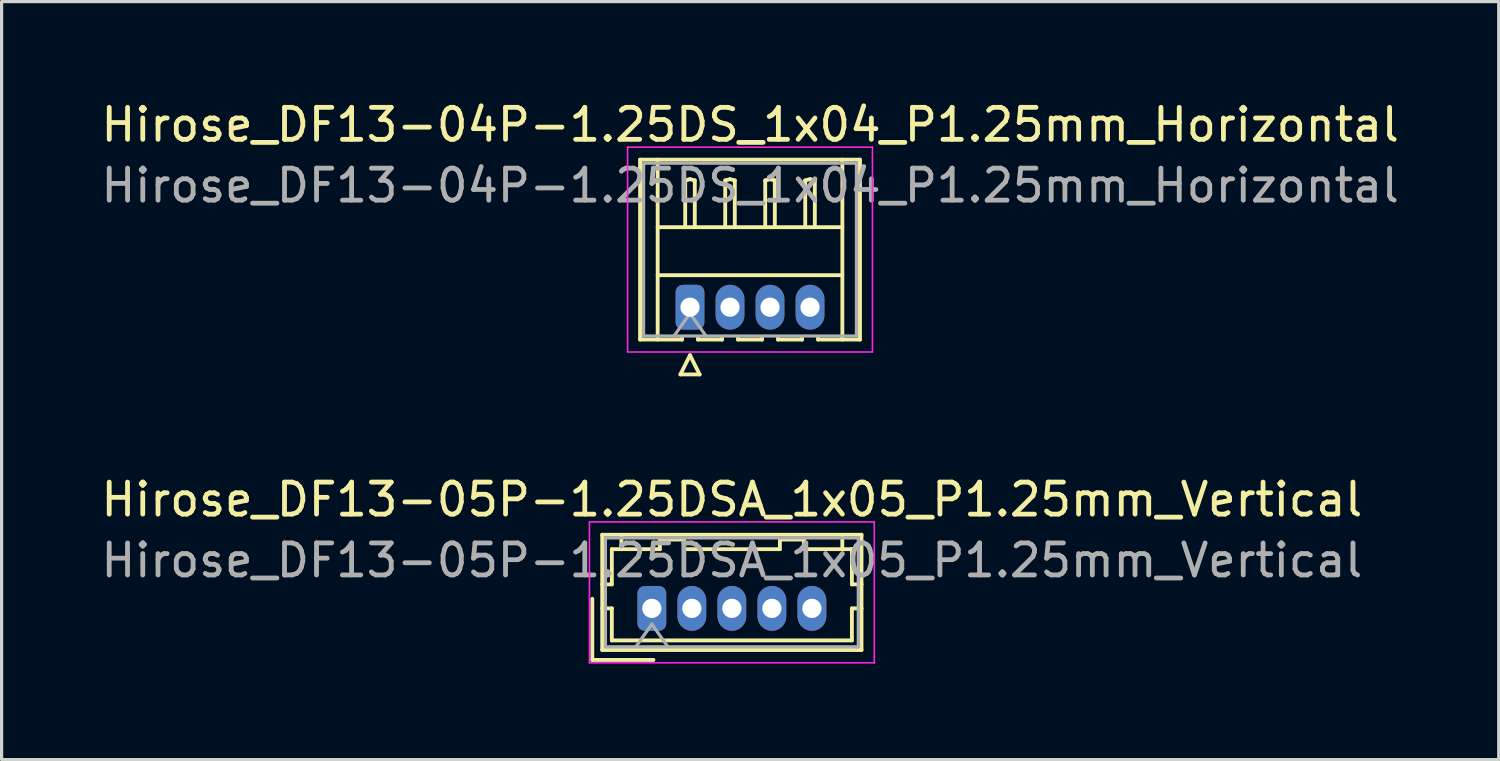
<source format=kicad_pcb>
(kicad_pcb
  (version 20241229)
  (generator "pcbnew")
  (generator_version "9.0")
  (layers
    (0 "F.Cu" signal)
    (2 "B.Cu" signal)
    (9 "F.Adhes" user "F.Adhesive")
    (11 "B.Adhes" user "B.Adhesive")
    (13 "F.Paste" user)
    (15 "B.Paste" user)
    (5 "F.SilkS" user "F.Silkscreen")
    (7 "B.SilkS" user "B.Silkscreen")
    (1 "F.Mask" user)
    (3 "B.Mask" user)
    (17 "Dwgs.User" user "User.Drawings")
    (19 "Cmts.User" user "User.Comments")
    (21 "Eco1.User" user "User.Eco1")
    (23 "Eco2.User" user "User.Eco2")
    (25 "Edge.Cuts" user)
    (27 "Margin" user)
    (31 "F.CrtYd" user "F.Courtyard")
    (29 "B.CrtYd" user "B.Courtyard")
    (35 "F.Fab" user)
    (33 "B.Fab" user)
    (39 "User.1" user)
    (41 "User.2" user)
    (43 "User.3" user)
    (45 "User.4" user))
  (footprint "Hirose_DF13-05P-1.25DSA_1x05_P1.25mm_Vertical"
    (layer "F.Cu")
    (at 17.315 15.957)
    (property "Reference" "Hirose_DF13-05P-1.25DSA_1x05_P1.25mm_Vertical" (at 2.5 -3.4 0) (layer "F.SilkS") (effects (font (size 1 1) (thickness 0.15))))
    (attr through_hole)
    (fp_line (start -1.86 -0.3) (end -1.86 1.61) (stroke (width 0.12) (type solid)) (layer "F.SilkS"))
    (fp_line (start -1.86 1.61) (end 0.05 1.61) (stroke (width 0.12) (type solid)) (layer "F.SilkS"))
    (fp_line (start -1.55 -2.3) (end -1.55 1.3) (stroke (width 0.12) (type solid)) (layer "F.SilkS"))
    (fp_line (start -1.55 -0.75) (end -1.25 -0.75) (stroke (width 0.12) (type solid)) (layer "F.SilkS"))
    (fp_line (start -1.55 0) (end -1.25 0) (stroke (width 0.12) (type solid)) (layer "F.SilkS"))
    (fp_line (start -1.55 1.3) (end 6.55 1.3) (stroke (width 0.12) (type solid)) (layer "F.SilkS"))
    (fp_line (start -1.25 -1.85) (end -0.95 -1.85) (stroke (width 0.12) (type solid)) (layer "F.SilkS"))
    (fp_line (start -1.25 -0.75) (end -1.25 -1.85) (stroke (width 0.12) (type solid)) (layer "F.SilkS"))
    (fp_line (start -1.25 0) (end -1.25 1) (stroke (width 0.12) (type solid)) (layer "F.SilkS"))
    (fp_line (start -1.25 1) (end 6.25 1) (stroke (width 0.12) (type solid)) (layer "F.SilkS"))
    (fp_line (start -0.95 -1.85) (end -0.95 -2.3) (stroke (width 0.12) (type solid)) (layer "F.SilkS"))
    (fp_line (start -0.95 -1.85) (end 0.25 -1.85) (stroke (width 0.12) (type solid)) (layer "F.SilkS"))
    (fp_line (start 0.25 -2.15) (end 1 -2.15) (stroke (width 0.12) (type solid)) (layer "F.SilkS"))
    (fp_line (start 0.25 -1.85) (end 0.25 -2.15) (stroke (width 0.12) (type solid)) (layer "F.SilkS"))
    (fp_line (start 1 -2.15) (end 1 -1.85) (stroke (width 0.12) (type solid)) (layer "F.SilkS"))
    (fp_line (start 1 -1.85) (end 4 -1.85) (stroke (width 0.12) (type solid)) (layer "F.SilkS"))
    (fp_line (start 4 -2.15) (end 4.75 -2.15) (stroke (width 0.12) (type solid)) (layer "F.SilkS"))
    (fp_line (start 4 -1.85) (end 4 -2.15) (stroke (width 0.12) (type solid)) (layer "F.SilkS"))
    (fp_line (start 4.75 -2.15) (end 4.75 -1.85) (stroke (width 0.12) (type solid)) (layer "F.SilkS"))
    (fp_line (start 4.75 -1.85) (end 5.95 -1.85) (stroke (width 0.12) (type solid)) (layer "F.SilkS"))
    (fp_line (start 5.95 -1.85) (end 5.95 -2.3) (stroke (width 0.12) (type solid)) (layer "F.SilkS"))
    (fp_line (start 6.25 -1.85) (end 5.95 -1.85) (stroke (width 0.12) (type solid)) (layer "F.SilkS"))
    (fp_line (start 6.25 -0.75) (end 6.25 -1.85) (stroke (width 0.12) (type solid)) (layer "F.SilkS"))
    (fp_line (start 6.25 0) (end 6.55 0) (stroke (width 0.12) (type solid)) (layer "F.SilkS"))
    (fp_line (start 6.25 1) (end 6.25 0) (stroke (width 0.12) (type solid)) (layer "F.SilkS"))
    (fp_line (start 6.55 -2.3) (end -1.55 -2.3) (stroke (width 0.12) (type solid)) (layer "F.SilkS"))
    (fp_line (start 6.55 -0.75) (end 6.25 -0.75) (stroke (width 0.12) (type solid)) (layer "F.SilkS"))
    (fp_line (start 6.55 1.3) (end 6.55 -2.3) (stroke (width 0.12) (type solid)) (layer "F.SilkS"))
    (fp_line (start -1.95 -2.7) (end -1.95 1.7) (stroke (width 0.05) (type solid)) (layer "F.CrtYd"))
    (fp_line (start -1.95 1.7) (end 6.95 1.7) (stroke (width 0.05) (type solid)) (layer "F.CrtYd"))
    (fp_line (start 6.95 -2.7) (end -1.95 -2.7) (stroke (width 0.05) (type solid)) (layer "F.CrtYd"))
    (fp_line (start 6.95 1.7) (end 6.95 -2.7) (stroke (width 0.05) (type solid)) (layer "F.CrtYd"))
    (fp_line (start -1.45 -2.2) (end -1.45 1.2) (stroke (width 0.1) (type solid)) (layer "F.Fab"))
    (fp_line (start -1.45 1.2) (end 6.45 1.2) (stroke (width 0.1) (type solid)) (layer "F.Fab"))
    (fp_line (start -0.5 1.2) (end 0 0.493) (stroke (width 0.1) (type solid)) (layer "F.Fab"))
    (fp_line (start 0 0.493) (end 0.5 1.2) (stroke (width 0.1) (type solid)) (layer "F.Fab"))
    (fp_line (start 6.45 -2.2) (end -1.45 -2.2) (stroke (width 0.1) (type solid)) (layer "F.Fab"))
    (fp_line (start 6.45 1.2) (end 6.45 -2.2) (stroke (width 0.1) (type solid)) (layer "F.Fab"))
    (fp_text user "${REFERENCE}" (at 2.5 -1.5 0) (layer "F.Fab") (effects (font (size 1 1) (thickness 0.15))))
    (pad "1" thru_hole roundrect (at 0 0) (size 0.9 1.4) (drill 0.6) (layers "*.Cu" "*.Mask") (roundrect_rratio 0.25))
    (pad "2" thru_hole oval (at 1.25 0) (size 0.9 1.4) (drill 0.6) (layers "*.Cu" "*.Mask"))
    (pad "3" thru_hole oval (at 2.5 0) (size 0.9 1.4) (drill 0.6) (layers "*.Cu" "*.Mask"))
    (pad "4" thru_hole oval (at 3.75 0) (size 0.9 1.4) (drill 0.6) (layers "*.Cu" "*.Mask"))
    (pad "5" thru_hole oval (at 5 0) (size 0.9 1.4) (drill 0.6) (layers "*.Cu" "*.Mask")))
  (footprint "Hirose_DF13-04P-1.25DS_1x04_P1.25mm_Horizontal"
    (layer "F.Cu")
    (at 18.507 6.548)
    (property "Reference" "Hirose_DF13-04P-1.25DS_1x04_P1.25mm_Horizontal" (at 1.88 -5.7 0) (layer "F.SilkS") (effects (font (size 1 1) (thickness 0.15))))
    (attr through_hole)
    (fp_line (start -1.56 -4.61) (end 5.31 -4.61) (stroke (width 0.12) (type solid)) (layer "F.SilkS"))
    (fp_line (start -1.56 1.01) (end -1.56 -4.61) (stroke (width 0.12) (type solid)) (layer "F.SilkS"))
    (fp_line (start -1.01 -4.61) (end -1.01 1.01) (stroke (width 0.12) (type solid)) (layer "F.SilkS"))
    (fp_line (start -1.01 -2.5) (end 4.76 -2.5) (stroke (width 0.12) (type solid)) (layer "F.SilkS"))
    (fp_line (start -1.01 -1) (end 4.76 -1) (stroke (width 0.12) (type solid)) (layer "F.SilkS"))
    (fp_line (start -0.3 2.1) (end 0.3 2.1) (stroke (width 0.12) (type solid)) (layer "F.SilkS"))
    (fp_line (start -0.25 0.96) (end -0.25 1.01) (stroke (width 0.12) (type solid)) (layer "F.SilkS"))
    (fp_line (start -0.25 1.01) (end -1.56 1.01) (stroke (width 0.12) (type solid)) (layer "F.SilkS"))
    (fp_line (start -0.15 -3.962) (end 0 -4) (stroke (width 0.12) (type solid)) (layer "F.SilkS"))
    (fp_line (start -0.15 -2.5) (end -0.15 -3.962) (stroke (width 0.12) (type solid)) (layer "F.SilkS"))
    (fp_line (start 0 -4) (end 0.15 -3.962) (stroke (width 0.12) (type solid)) (layer "F.SilkS"))
    (fp_line (start 0 1.5) (end -0.3 2.1) (stroke (width 0.12) (type solid)) (layer "F.SilkS"))
    (fp_line (start 0.15 -3.962) (end 0.15 -2.5) (stroke (width 0.12) (type solid)) (layer "F.SilkS"))
    (fp_line (start 0.25 0.96) (end 0.25 1.01) (stroke (width 0.12) (type solid)) (layer "F.SilkS"))
    (fp_line (start 0.25 1.01) (end 1 1.01) (stroke (width 0.12) (type solid)) (layer "F.SilkS"))
    (fp_line (start 0.3 2.1) (end 0 1.5) (stroke (width 0.12) (type solid)) (layer "F.SilkS"))
    (fp_line (start 1 1.01) (end 1 0.96) (stroke (width 0.12) (type solid)) (layer "F.SilkS"))
    (fp_line (start 1.1 -3.962) (end 1.25 -4) (stroke (width 0.12) (type solid)) (layer "F.SilkS"))
    (fp_line (start 1.1 -2.5) (end 1.1 -3.962) (stroke (width 0.12) (type solid)) (layer "F.SilkS"))
    (fp_line (start 1.25 -4) (end 1.4 -3.962) (stroke (width 0.12) (type solid)) (layer "F.SilkS"))
    (fp_line (start 1.4 -3.962) (end 1.4 -2.5) (stroke (width 0.12) (type solid)) (layer "F.SilkS"))
    (fp_line (start 1.5 0.96) (end 1.5 1.01) (stroke (width 0.12) (type solid)) (layer "F.SilkS"))
    (fp_line (start 1.5 1.01) (end 2.25 1.01) (stroke (width 0.12) (type solid)) (layer "F.SilkS"))
    (fp_line (start 2.25 1.01) (end 2.25 0.96) (stroke (width 0.12) (type solid)) (layer "F.SilkS"))
    (fp_line (start 2.35 -3.962) (end 2.5 -4) (stroke (width 0.12) (type solid)) (layer "F.SilkS"))
    (fp_line (start 2.35 -2.5) (end 2.35 -3.962) (stroke (width 0.12) (type solid)) (layer "F.SilkS"))
    (fp_line (start 2.5 -4) (end 2.65 -3.962) (stroke (width 0.12) (type solid)) (layer "F.SilkS"))
    (fp_line (start 2.65 -3.962) (end 2.65 -2.5) (stroke (width 0.12) (type solid)) (layer "F.SilkS"))
    (fp_line (start 2.75 0.96) (end 2.75 1.01) (stroke (width 0.12) (type solid)) (layer "F.SilkS"))
    (fp_line (start 2.75 1.01) (end 3.5 1.01) (stroke (width 0.12) (type solid)) (layer "F.SilkS"))
    (fp_line (start 3.5 1.01) (end 3.5 0.96) (stroke (width 0.12) (type solid)) (layer "F.SilkS"))
    (fp_line (start 3.6 -3.962) (end 3.75 -4) (stroke (width 0.12) (type solid)) (layer "F.SilkS"))
    (fp_line (start 3.6 -2.5) (end 3.6 -3.962) (stroke (width 0.12) (type solid)) (layer "F.SilkS"))
    (fp_line (start 3.75 -4) (end 3.9 -3.962) (stroke (width 0.12) (type solid)) (layer "F.SilkS"))
    (fp_line (start 3.9 -3.962) (end 3.9 -2.5) (stroke (width 0.12) (type solid)) (layer "F.SilkS"))
    (fp_line (start 4 1.01) (end 4 0.96) (stroke (width 0.12) (type solid)) (layer "F.SilkS"))
    (fp_line (start 4.76 -4.61) (end 4.76 1.01) (stroke (width 0.12) (type solid)) (layer "F.SilkS"))
    (fp_line (start 5.31 -4.61) (end 5.31 1.01) (stroke (width 0.12) (type solid)) (layer "F.SilkS"))
    (fp_line (start 5.31 1.01) (end 4 1.01) (stroke (width 0.12) (type solid)) (layer "F.SilkS"))
    (fp_line (start -1.95 -5) (end -1.95 1.4) (stroke (width 0.05) (type solid)) (layer "F.CrtYd"))
    (fp_line (start -1.95 1.4) (end 5.7 1.4) (stroke (width 0.05) (type solid)) (layer "F.CrtYd"))
    (fp_line (start 5.7 -5) (end -1.95 -5) (stroke (width 0.05) (type solid)) (layer "F.CrtYd"))
    (fp_line (start 5.7 1.4) (end 5.7 -5) (stroke (width 0.05) (type solid)) (layer "F.CrtYd"))
    (fp_line (start -1.45 -4.5) (end -1.45 0.9) (stroke (width 0.1) (type solid)) (layer "F.Fab"))
    (fp_line (start -1.45 0.9) (end 5.2 0.9) (stroke (width 0.1) (type solid)) (layer "F.Fab"))
    (fp_line (start -0.5 0.9) (end 0 0.193) (stroke (width 0.1) (type solid)) (layer "F.Fab"))
    (fp_line (start 0 0.193) (end 0.5 0.9) (stroke (width 0.1) (type solid)) (layer "F.Fab"))
    (fp_line (start 5.2 -4.5) (end -1.45 -4.5) (stroke (width 0.1) (type solid)) (layer "F.Fab"))
    (fp_line (start 5.2 0.9) (end 5.2 -4.5) (stroke (width 0.1) (type solid)) (layer "F.Fab"))
    (fp_text user "${REFERENCE}" (at 1.88 -3.8 0) (layer "F.Fab") (effects (font (size 1 1) (thickness 0.15))))
    (pad "1" thru_hole roundrect (at 0 0) (size 0.9 1.4) (drill 0.6) (layers "*.Cu" "*.Mask") (roundrect_rratio 0.25))
    (pad "2" thru_hole oval (at 1.25 0) (size 0.9 1.4) (drill 0.6) (layers "*.Cu" "*.Mask"))
    (pad "3" thru_hole oval (at 2.5 0) (size 0.9 1.4) (drill 0.6) (layers "*.Cu" "*.Mask"))
    (pad "4" thru_hole oval (at 3.75 0) (size 0.9 1.4) (drill 0.6) (layers "*.Cu" "*.Mask")))
  (gr_rect
    (start -3 -3)
    (end 43.774 20.681)
    (stroke (width 0.1) (type default))
    (fill no)
    (layer "Edge.Cuts")))
</source>
